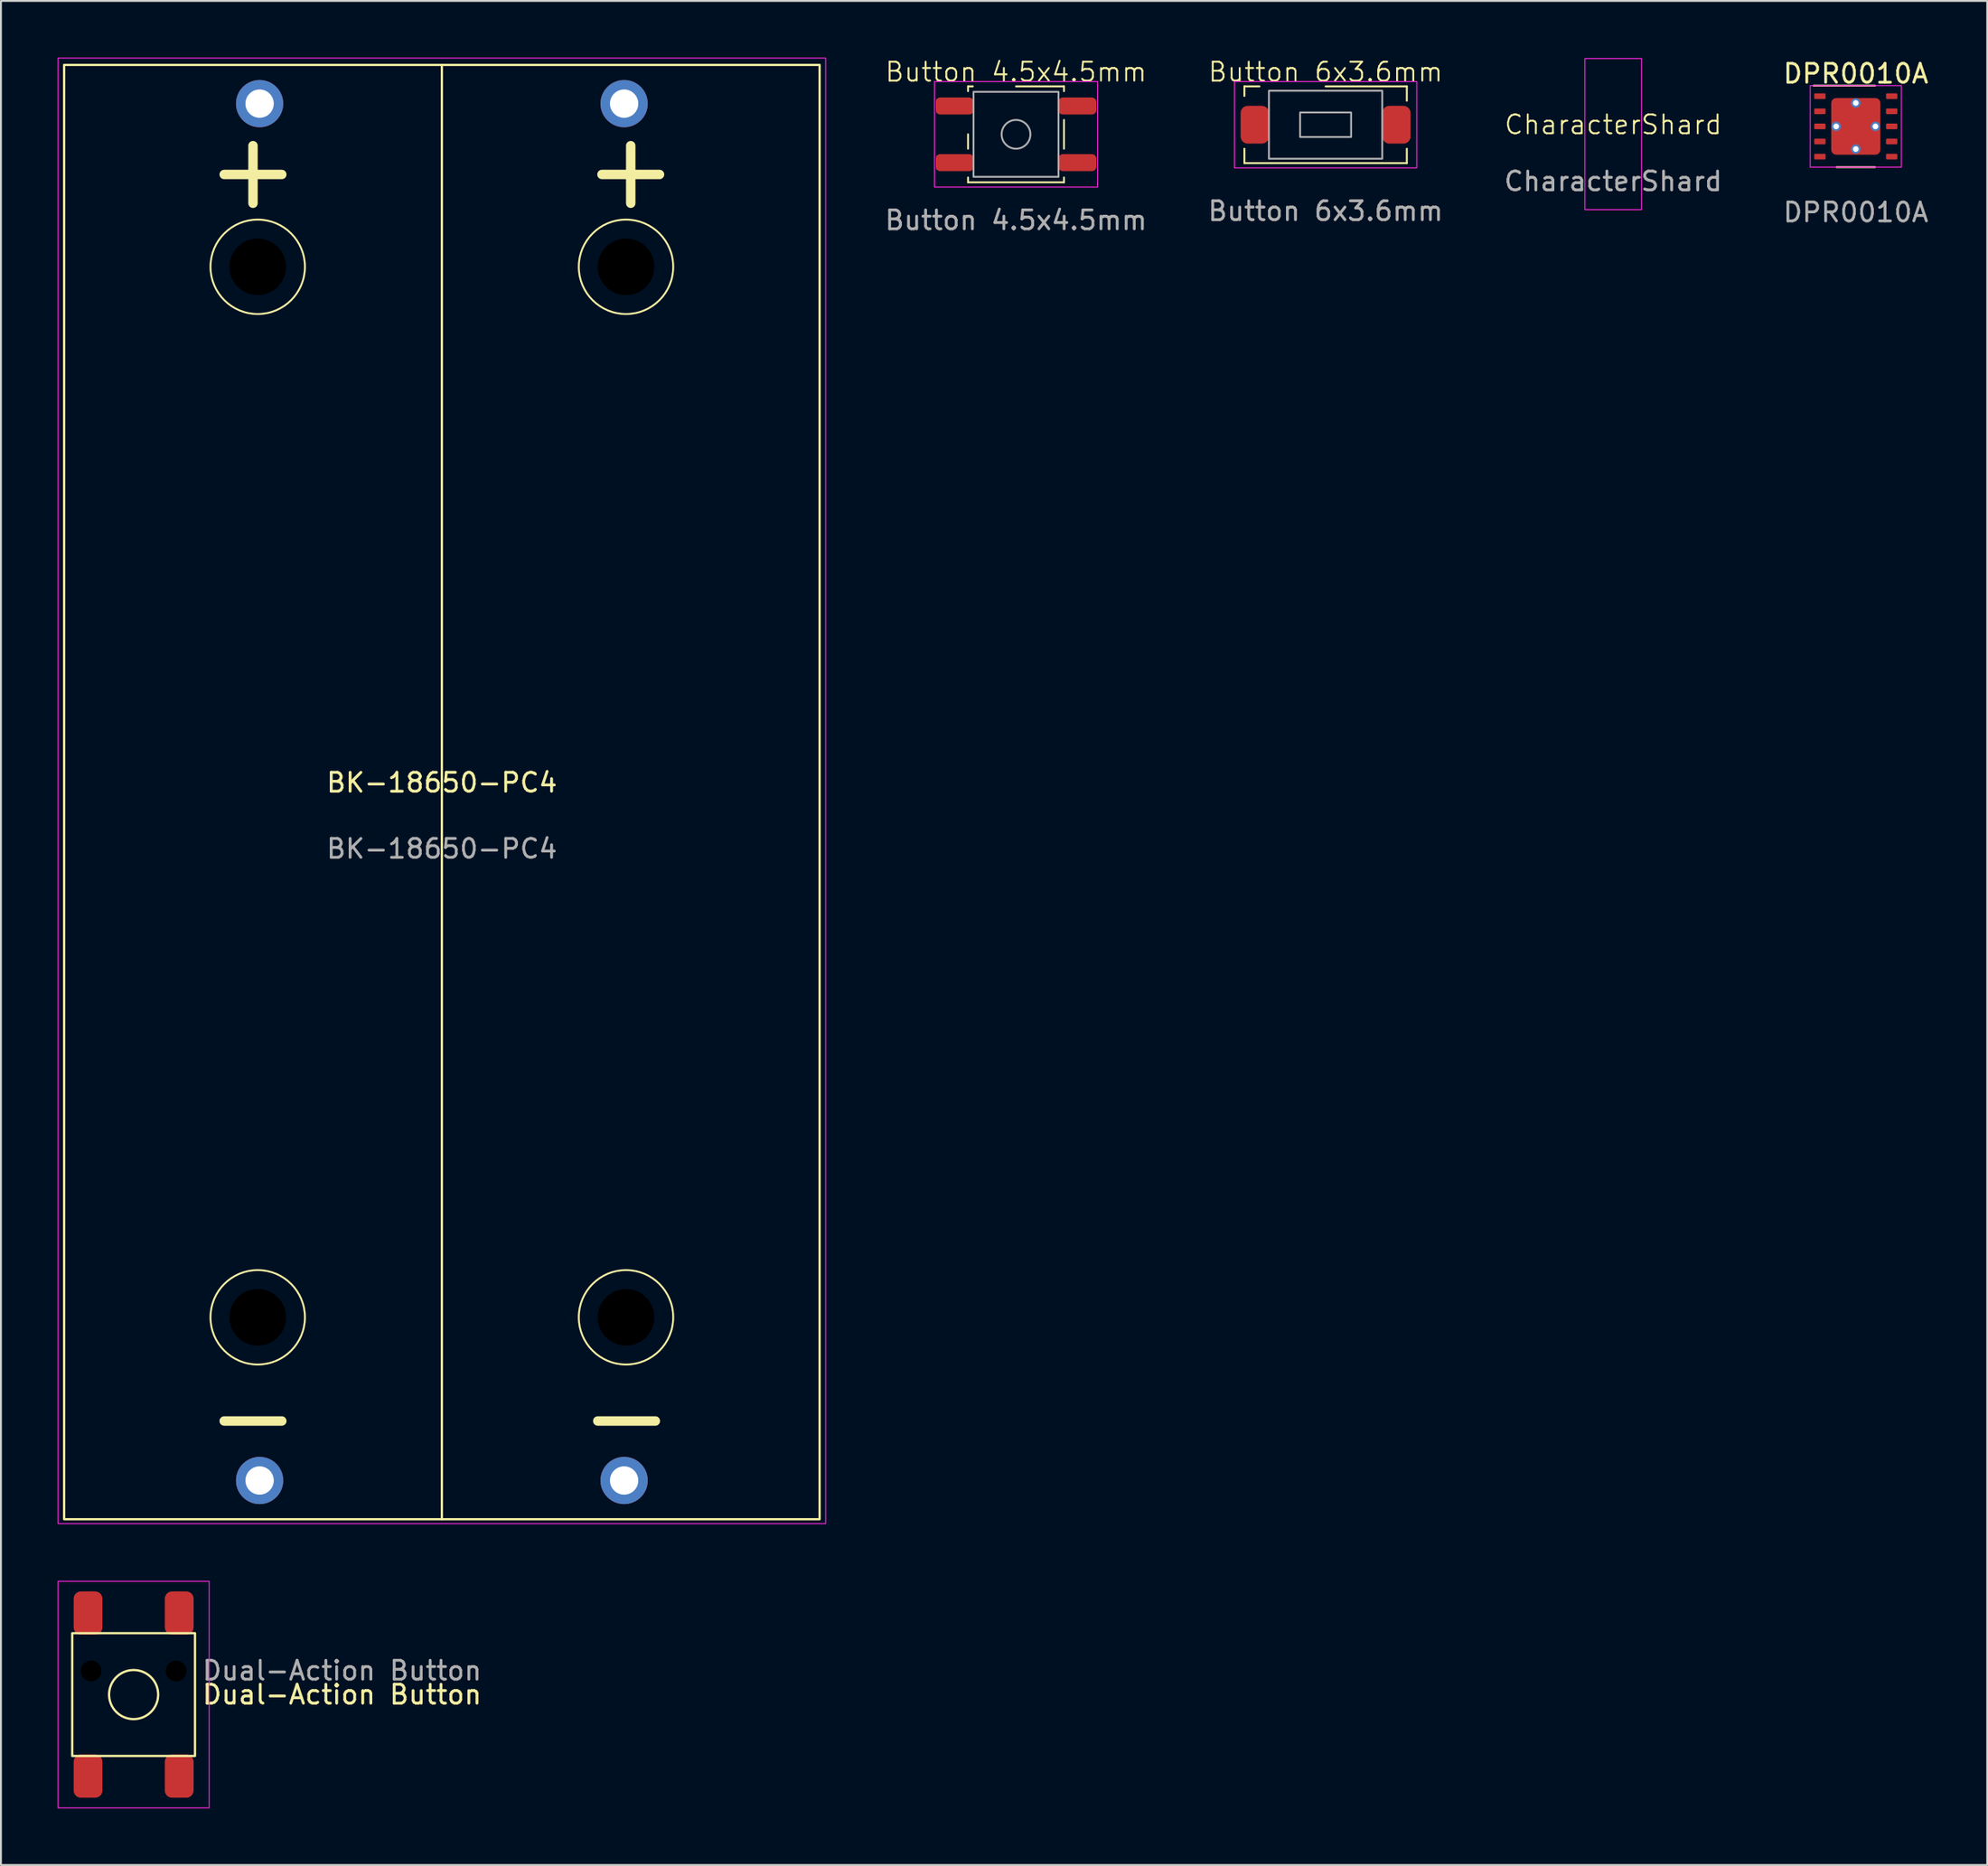
<source format=kicad_pcb>
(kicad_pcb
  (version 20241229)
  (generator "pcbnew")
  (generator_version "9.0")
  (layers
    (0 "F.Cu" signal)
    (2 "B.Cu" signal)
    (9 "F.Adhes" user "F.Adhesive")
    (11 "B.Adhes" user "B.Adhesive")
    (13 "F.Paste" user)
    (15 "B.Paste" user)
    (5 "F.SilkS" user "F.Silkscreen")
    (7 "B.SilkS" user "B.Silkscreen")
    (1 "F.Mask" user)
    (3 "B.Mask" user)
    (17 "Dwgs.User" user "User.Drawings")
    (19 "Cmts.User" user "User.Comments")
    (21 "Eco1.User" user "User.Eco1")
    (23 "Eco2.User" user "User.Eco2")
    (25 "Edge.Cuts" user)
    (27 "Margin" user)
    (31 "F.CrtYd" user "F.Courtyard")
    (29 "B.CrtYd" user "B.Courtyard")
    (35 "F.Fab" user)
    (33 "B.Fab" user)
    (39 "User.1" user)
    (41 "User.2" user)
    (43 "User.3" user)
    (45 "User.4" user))
  (footprint "Button 6x3.6mm"
    (layer "F.Cu")
    (at 67.136 3.554)
    (property "Reference" "Button 6x3.6mm" (at 0 -2.794 0) (unlocked yes) (layer "F.SilkS") (effects (font (size 1 1) (thickness 0.1))))
    (attr smd)
    (fp_line (start -4.3 -2.032) (end -4.3 -1.524) (stroke (width 0.1) (type default)) (layer "F.SilkS"))
    (fp_line (start -4.3 -2.032) (end -3.5 -2.032) (stroke (width 0.1) (type default)) (layer "F.SilkS"))
    (fp_line (start -4.3 1.27) (end -4.3 2.032) (stroke (width 0.1) (type default)) (layer "F.SilkS"))
    (fp_line (start -4.3 2.032) (end 4.3 2.032) (stroke (width 0.1) (type default)) (layer "F.SilkS"))
    (fp_line (start 4.3 -2.032) (end 0 -2.032) (stroke (width 0.1) (type default)) (layer "F.SilkS"))
    (fp_line (start 4.3 -1.27) (end 4.3 -2.032) (stroke (width 0.1) (type default)) (layer "F.SilkS"))
    (fp_line (start 4.3 2.032) (end 4.3 1.27) (stroke (width 0.1) (type default)) (layer "F.SilkS"))
    (fp_rect (start -4.826 -2.286) (end 4.826 2.286) (stroke (width 0.05) (type default)) (fill no) (layer "F.CrtYd"))
    (fp_rect (start -3 -1.8) (end 3 1.8) (stroke (width 0.1) (type default)) (fill no) (layer "F.Fab"))
    (fp_rect (start -1.35 -0.65) (end 1.35 0.65) (stroke (width 0.1) (type default)) (fill no) (layer "F.Fab"))
    (fp_text user "${REFERENCE}" (at 0 4.572 0) (unlocked yes) (layer "F.Fab") (effects (font (size 1 1) (thickness 0.15))))
    (pad "1" smd roundrect (at -3.75 0) (size 1.5 2) (layers "F.Cu" "F.Mask" "F.Paste") (roundrect_rratio 0.25))
    (pad "2" smd roundrect (at 3.75 0) (size 1.5 2) (layers "F.Cu" "F.Mask" "F.Paste") (roundrect_rratio 0.25)))
  (footprint "CharacterShard"
    (layer "F.Cu")
    (at 82.363 4.05)
    (property "Reference" "CharacterShard" (at 0 -0.5 0) (unlocked yes) (layer "F.SilkS") (effects (font (size 1 1) (thickness 0.1))))
    (fp_poly (pts (xy -1.5 -2.5) (xy -1.5 2.5) (xy 0 4) (xy 1.5 2.5) (xy 1.5 -2.5) (xy 0 -4)) (stroke (width 0.1) (type solid)) (fill no) (layer "Eco1.User"))
    (fp_rect (start -1.5 -4) (end 1.5 4) (stroke (width 0.05) (type default)) (fill no) (layer "F.CrtYd"))
    (fp_text user "${REFERENCE}" (at 0 2.5 0) (unlocked yes) (layer "F.Fab") (effects (font (size 1 1) (thickness 0.15)))))
  (footprint "Button 4.5x4.5mm"
    (layer "F.Cu")
    (at 50.744 4.062)
    (property "Reference" "Button 4.5x4.5mm" (at 0 -3.302 0) (unlocked yes) (layer "F.SilkS") (effects (font (size 1 1) (thickness 0.1))))
    (attr smd)
    (fp_line (start -2.54 -2.54) (end -2.54 -2.286) (stroke (width 0.1) (type default)) (layer "F.SilkS"))
    (fp_line (start -2.54 0) (end -2.54 0.762) (stroke (width 0.1) (type default)) (layer "F.SilkS"))
    (fp_line (start -2.54 2.286) (end -2.54 2.54) (stroke (width 0.1) (type default)) (layer "F.SilkS"))
    (fp_line (start -2.286 -2.54) (end -2.54 -2.54) (stroke (width 0.1) (type default)) (layer "F.SilkS"))
    (fp_line (start 2.54 -2.54) (end 0 -2.54) (stroke (width 0.1) (type default)) (layer "F.SilkS"))
    (fp_line (start 2.54 -2.54) (end 2.54 -2.286) (stroke (width 0.1) (type default)) (layer "F.SilkS"))
    (fp_line (start 2.54 -0.762) (end 2.54 0.762) (stroke (width 0.1) (type default)) (layer "F.SilkS"))
    (fp_line (start 2.54 2.286) (end 2.54 2.54) (stroke (width 0.1) (type default)) (layer "F.SilkS"))
    (fp_line (start 2.54 2.54) (end -2.54 2.54) (stroke (width 0.1) (type default)) (layer "F.SilkS"))
    (fp_rect (start -4.318 2.794) (end 4.318 -2.794) (stroke (width 0.05) (type default)) (fill no) (layer "F.CrtYd"))
    (fp_rect (start -2.25 -2.25) (end 2.25 2.25) (stroke (width 0.1) (type default)) (fill no) (layer "F.Fab"))
    (fp_circle (center 0 0) (end 0.762 0) (stroke (width 0.1) (type default)) (fill no) (layer "F.Fab"))
    (fp_text user "${REFERENCE}" (at 0 4.548 0) (unlocked yes) (layer "F.Fab") (effects (font (size 1 1) (thickness 0.15))))
    (pad "1" smd roundrect (at -3.25 -1.5) (size 2 0.9) (layers "F.Cu" "F.Mask" "F.Paste") (roundrect_rratio 0.25))
    (pad "1" smd roundrect (at 3.25 -1.5) (size 2 0.9) (layers "F.Cu" "F.Mask" "F.Paste") (roundrect_rratio 0.25))
    (pad "2" smd roundrect (at -3.25 1.5) (size 2 0.9) (layers "F.Cu" "F.Mask" "F.Paste") (roundrect_rratio 0.25))
    (pad "2" smd roundrect (at 3.25 1.5) (size 2 0.9) (layers "F.Cu" "F.Mask" "F.Paste") (roundrect_rratio 0.25)))
  (footprint "DPR0010A"
    (layer "F.Cu")
    (at 95.208 3.642)
    (property "Reference" "DPR0010A" (at 0 -2.794 0) (unlocked yes) (layer "F.SilkS") (effects (font (size 1 1) (thickness 0.15))))
    (attr smd)
    (fp_line (start -1.016 2.159) (end 1.016 2.159) (stroke (width 0.1) (type solid)) (layer "F.SilkS"))
    (fp_line (start 1.016 -2.159) (end -2.235 -2.159) (stroke (width 0.1) (type solid)) (layer "F.SilkS"))
    (fp_rect (start -1.185 -1.422) (end -0.187 -0.163) (stroke (width 0) (type solid)) (fill yes) (layer "F.Paste"))
    (fp_rect (start -1.185 0.152) (end -0.187 1.412) (stroke (width 0) (type solid)) (fill yes) (layer "F.Paste"))
    (fp_rect (start 0.187 -1.422) (end 1.235 -0.163) (stroke (width 0) (type solid)) (fill yes) (layer "F.Paste"))
    (fp_rect (start 0.187 0.152) (end 1.235 1.412) (stroke (width 0) (type solid)) (fill yes) (layer "F.Paste"))
    (fp_rect (start -2.413 -2.159) (end 2.413 2.159) (stroke (width 0.05) (type solid)) (fill no) (layer "F.CrtYd"))
    (fp_text user "${REFERENCE}" (at 0 4.548 0) (unlocked yes) (layer "F.Fab") (effects (font (size 1 1) (thickness 0.15))))
    (pad "1" smd roundrect (at -1.9 -1.6) (size 0.6 0.3) (layers "F.Cu" "F.Mask" "F.Paste") (roundrect_rratio 0.167))
    (pad "2" smd roundrect (at -1.9 -0.8) (size 0.6 0.3) (layers "F.Cu" "F.Mask" "F.Paste") (roundrect_rratio 0.167))
    (pad "3" smd roundrect (at -1.9 0) (size 0.6 0.3) (layers "F.Cu" "F.Mask" "F.Paste") (roundrect_rratio 0.167))
    (pad "4" smd roundrect (at -1.9 0.8) (size 0.6 0.3) (layers "F.Cu" "F.Mask" "F.Paste") (roundrect_rratio 0.167))
    (pad "5" smd roundrect (at -1.9 1.6) (size 0.6 0.3) (layers "F.Cu" "F.Mask" "F.Paste") (roundrect_rratio 0.167))
    (pad "6" smd roundrect (at 1.9 1.6) (size 0.6 0.3) (layers "F.Cu" "F.Mask" "F.Paste") (roundrect_rratio 0.167))
    (pad "7" smd roundrect (at 1.9 0.8) (size 0.6 0.3) (layers "F.Cu" "F.Mask" "F.Paste") (roundrect_rratio 0.167))
    (pad "8" smd roundrect (at 1.9 0) (size 0.6 0.3) (layers "F.Cu" "F.Mask" "F.Paste") (roundrect_rratio 0.167))
    (pad "9" smd roundrect (at 1.9 -0.8) (size 0.6 0.3) (layers "F.Cu" "F.Mask" "F.Paste") (roundrect_rratio 0.167))
    (pad "10" smd roundrect (at 1.9 -1.6) (size 0.6 0.3) (layers "F.Cu" "F.Mask" "F.Paste") (roundrect_rratio 0.167))
    (pad "11" thru_hole circle (at -1.04 0) (size 0.5 0.5) (drill 0.3) (layers "*.Cu"))
    (pad "11" thru_hole circle (at 0 -1.24) (size 0.5 0.5) (drill 0.3) (layers "*.Cu"))
    (pad "11" smd roundrect (at 0 0 270) (size 3 2.6) (layers "F.Cu" "F.Mask") (roundrect_rratio 0.1))
    (pad "11" thru_hole circle (at 0 1.2) (size 0.5 0.5) (drill 0.3) (layers "*.Cu"))
    (pad "11" thru_hole circle (at 1.04 0) (size 0.5 0.5) (drill 0.3) (layers "*.Cu")))
  (footprint "Dual-Action Button"
    (layer "F.Cu")
    (at 4.025 86.672)
    (property "Reference" "Dual-Action Button" (at 3.556 0 0) (unlocked yes) (layer "F.SilkS") (effects (font (size 1 1) (thickness 0.15)) (justify left)))
    (attr smd)
    (fp_rect (start -3.25 -3.25) (end 3.25 3.25) (stroke (width 0.12) (type solid)) (fill no) (layer "F.SilkS"))
    (fp_circle (center 0 0) (end 1.3 0) (stroke (width 0.12) (type solid)) (fill no) (layer "F.SilkS"))
    (fp_rect (start -4 -6) (end 4 6) (stroke (width 0.05) (type solid)) (fill no) (layer "F.CrtYd"))
    (fp_text user "${REFERENCE}" (at 3.556 -1.27 0) (unlocked yes) (layer "F.Fab") (effects (font (size 1 1) (thickness 0.15)) (justify left)))
    (pad "" np_thru_hole circle (at -2.25 -1.25) (size 1.1 1.1) (drill 1.1) (layers "*.Mask"))
    (pad "" np_thru_hole circle (at 2.25 -1.25) (size 1.1 1.1) (drill 1.1) (layers "*.Mask"))
    (pad "1" smd roundrect (at -2.413 -4.318 270) (size 2.286 1.524) (layers "F.Cu" "F.Mask" "F.Paste") (roundrect_rratio 0.25))
    (pad "2" smd roundrect (at -2.413 4.318 270) (size 2.286 1.524) (layers "F.Cu" "F.Mask" "F.Paste") (roundrect_rratio 0.25))
    (pad "C" smd roundrect (at 2.413 -4.318 270) (size 2.286 1.524) (layers "F.Cu" "F.Mask" "F.Paste") (roundrect_rratio 0.25))
    (pad "C" smd roundrect (at 2.413 4.318 270) (size 2.286 1.524) (layers "F.Cu" "F.Mask" "F.Paste") (roundrect_rratio 0.25)))
  (footprint "BK-18650-PC4"
    (layer "F.Cu")
    (at 20.345 38.887)
    (property "Reference" "BK-18650-PC4" (at 0 -0.5 0) (unlocked yes) (layer "F.SilkS") (effects (font (size 1 1) (thickness 0.15))))
    (attr through_hole)
    (fp_line (start 0 -38.5) (end 0 38.5) (stroke (width 0.12) (type solid)) (layer "F.SilkS"))
    (fp_rect (start -20 -38.5) (end 20 38.5) (stroke (width 0.12) (type solid)) (fill no) (layer "F.SilkS"))
    (fp_circle (center -9.75 -27.81) (end -7.25 -27.81) (stroke (width 0.1) (type default)) (fill no) (layer "F.SilkS"))
    (fp_circle (center -9.75 27.81) (end -7.25 27.81) (stroke (width 0.1) (type default)) (fill no) (layer "F.SilkS"))
    (fp_circle (center 9.75 -27.81) (end 12.25 -27.81) (stroke (width 0.1) (type default)) (fill no) (layer "F.SilkS"))
    (fp_circle (center 9.75 27.81) (end 12.25 27.81) (stroke (width 0.1) (type default)) (fill no) (layer "F.SilkS"))
    (fp_rect (start -20.32 -38.862) (end 20.32 38.735) (stroke (width 0.05) (type solid)) (fill no) (layer "F.CrtYd"))
    (fp_text user "+" (at -10 -33 0) (unlocked yes) (layer "F.SilkS") (effects (font (size 4 4) (thickness 0.5))))
    (fp_text user "-" (at 9.779 33 0) (unlocked yes) (layer "F.SilkS") (effects (font (size 4 4) (thickness 0.5))))
    (fp_text user "-" (at -10 33 0) (unlocked yes) (layer "F.SilkS") (effects (font (size 4 4) (thickness 0.5))))
    (fp_text user "+" (at 10 -33 0) (unlocked yes) (layer "F.SilkS") (effects (font (size 4 4) (thickness 0.5))))
    (fp_text user "${REFERENCE}" (at 0 3 0) (unlocked yes) (layer "F.Fab") (effects (font (size 1 1) (thickness 0.15))))
    (pad "" np_thru_hole circle (at -9.75 -27.81) (size 3.2 3.2) (drill 3) (layers "*.Mask"))
    (pad "" np_thru_hole circle (at -9.75 27.81) (size 3.2 3.2) (drill 3) (layers "*.Mask"))
    (pad "" np_thru_hole circle (at 9.75 -27.81) (size 3.2 3.2) (drill 3) (layers "*.Mask"))
    (pad "" np_thru_hole circle (at 9.75 27.81) (size 3.2 3.2) (drill 3) (layers "*.Mask"))
    (pad "1" thru_hole circle (at -9.65 -36.45) (size 2.5 2.5) (drill 1.5) (layers "*.Cu" "*.Mask"))
    (pad "2" thru_hole circle (at -9.65 36.45) (size 2.5 2.5) (drill 1.5) (layers "*.Cu" "*.Mask"))
    (pad "3" thru_hole circle (at 9.65 -36.45) (size 2.5 2.5) (drill 1.5) (layers "*.Cu" "*.Mask"))
    (pad "4" thru_hole circle (at 9.65 36.45) (size 2.5 2.5) (drill 1.5) (layers "*.Cu" "*.Mask")))
  (gr_rect
    (start -3 -3)
    (end 102.166 95.697)
    (stroke (width 0.1) (type default))
    (fill no)
    (layer "Edge.Cuts")))
</source>
